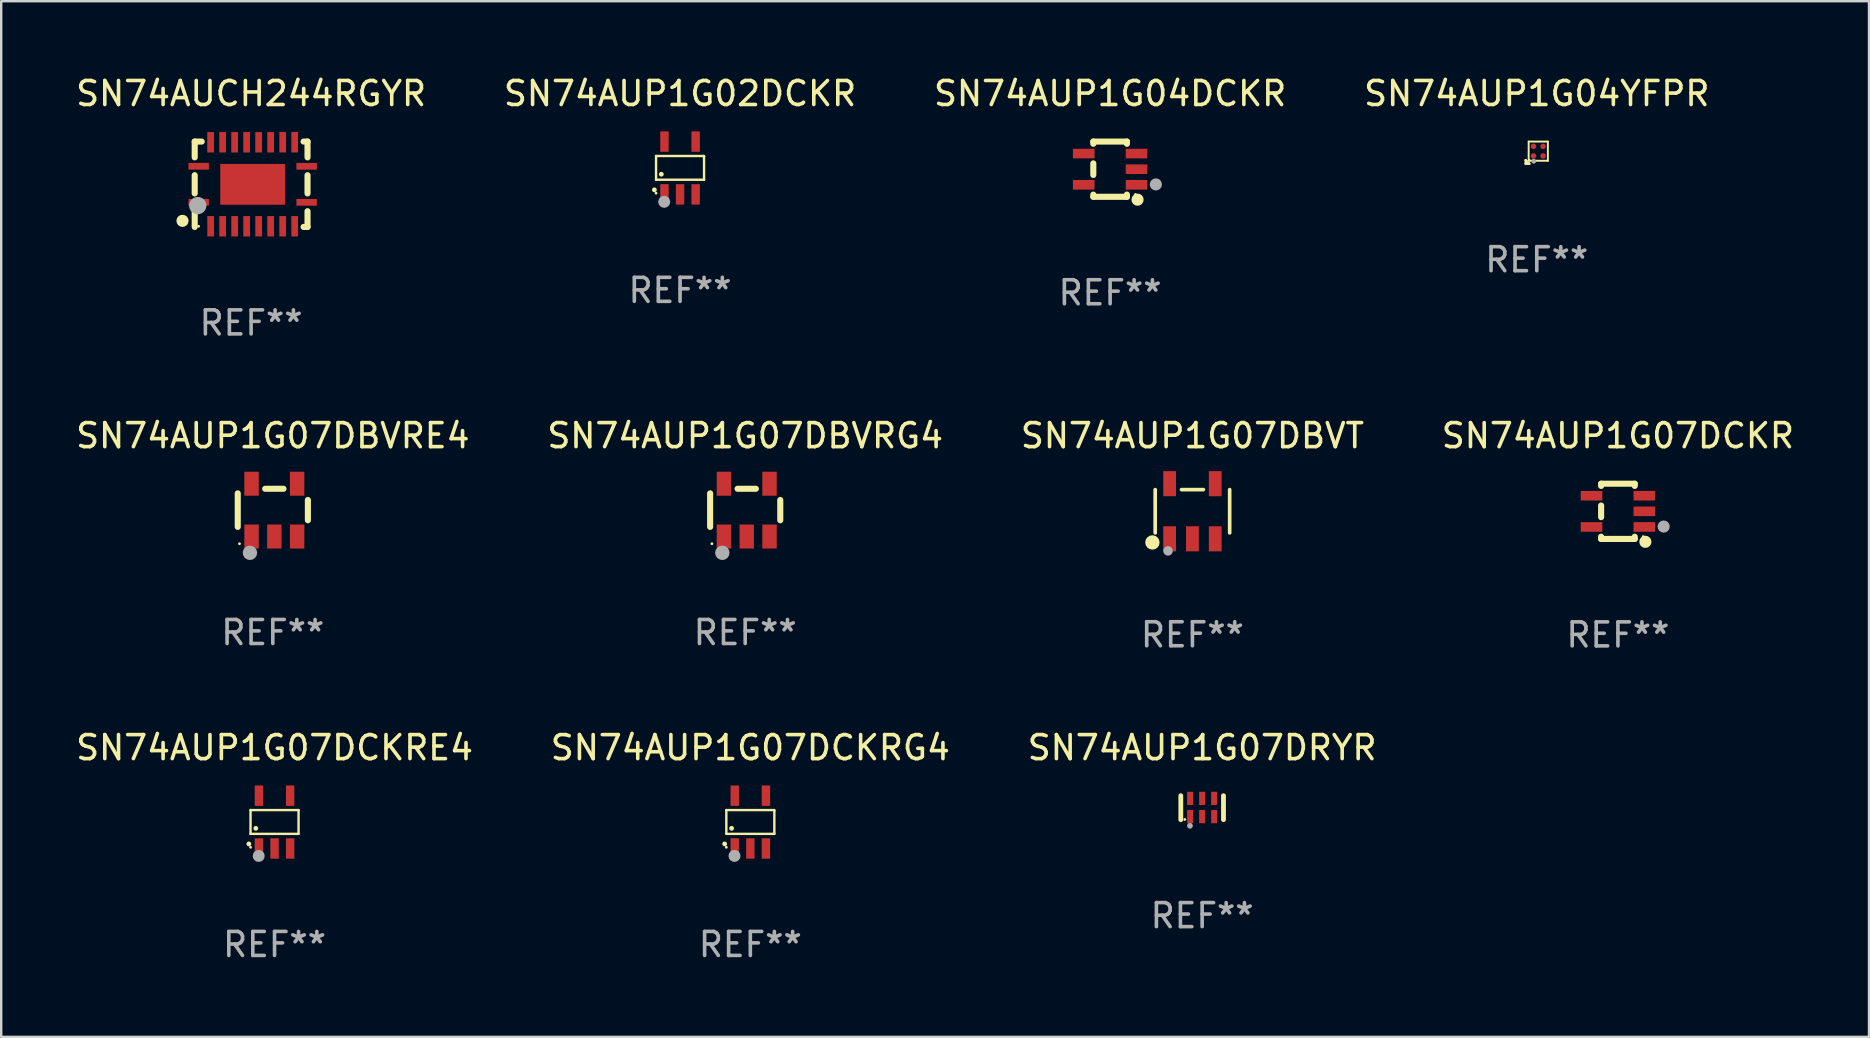
<source format=kicad_pcb>
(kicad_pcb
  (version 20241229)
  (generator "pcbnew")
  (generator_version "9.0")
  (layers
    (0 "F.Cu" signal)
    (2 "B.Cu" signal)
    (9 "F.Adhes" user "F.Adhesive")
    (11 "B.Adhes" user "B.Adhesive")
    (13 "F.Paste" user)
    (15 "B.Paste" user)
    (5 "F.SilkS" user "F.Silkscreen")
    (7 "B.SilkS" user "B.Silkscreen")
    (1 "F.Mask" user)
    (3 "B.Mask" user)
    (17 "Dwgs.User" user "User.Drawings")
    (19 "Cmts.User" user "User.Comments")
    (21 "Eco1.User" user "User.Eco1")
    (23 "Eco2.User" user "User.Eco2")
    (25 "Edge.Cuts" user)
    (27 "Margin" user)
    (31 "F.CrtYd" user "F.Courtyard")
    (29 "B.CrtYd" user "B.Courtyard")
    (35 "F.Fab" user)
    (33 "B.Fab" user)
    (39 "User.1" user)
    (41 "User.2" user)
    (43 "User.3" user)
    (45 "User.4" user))
  (footprint "SN74AUP1G07DBVRG4"
    (layer "F.Cu")
    (at 27.994 18.201)
    (property "Reference" "SN74AUP1G07DBVRG4" (at 0 -3.1 0) (layer "F.SilkS") (effects (font (size 1 1) (thickness 0.15))))
    (attr through_hole)
    (fp_line (start -1.461 -0.699) (end -1.461 0.699) (stroke (width 0.254) (type solid)) (layer "F.SilkS"))
    (fp_line (start -0.318 -0.889) (end 0.445 -0.889) (stroke (width 0.254) (type solid)) (layer "F.SilkS"))
    (fp_line (start 1.461 -0.422) (end 1.461 0.422) (stroke (width 0.254) (type solid)) (layer "F.SilkS"))
    (fp_circle (center -1.387 1.4) (end -1.357 1.4) (stroke (width 0.06) (type solid)) (fill no) (layer "F.SilkS"))
    (fp_circle (center -0.953 1.778) (end -0.802 1.778) (stroke (width 0.3) (type solid)) (fill no) (layer "F.Fab"))
    (fp_text user "REF**" (at 0 5.1 0) (layer "F.Fab") (effects (font (size 1 1) (thickness 0.15))))
    (pad "1" smd rect (at -0.886 1.1) (size 0.6 1) (layers "F.Cu" "F.Mask" "F.Paste"))
    (pad "2" smd rect (at 0.064 1.1) (size 0.6 1) (layers "F.Cu" "F.Mask" "F.Paste"))
    (pad "3" smd rect (at 1.013 1.1) (size 0.6 1) (layers "F.Cu" "F.Mask" "F.Paste"))
    (pad "4" smd rect (at 1.013 -1.1) (size 0.6 1) (layers "F.Cu" "F.Mask" "F.Paste"))
    (pad "5" smd rect (at -0.886 -1.1) (size 0.6 1) (layers "F.Cu" "F.Mask" "F.Paste")))
  (footprint "SN74AUP1G07DCKRE4"
    (layer "F.Cu")
    (at 8.387 31.197)
    (property "Reference" "SN74AUP1G07DCKRE4" (at 0 -3.1 0) (layer "F.SilkS") (effects (font (size 1 1) (thickness 0.15))))
    (attr through_hole)
    (fp_line (start -1 -0.5) (end -1 0.49) (stroke (width 0.1) (type solid)) (layer "F.SilkS"))
    (fp_line (start -1 0.49) (end 1 0.49) (stroke (width 0.1) (type solid)) (layer "F.SilkS"))
    (fp_line (start 0.99 -0.5) (end -1 -0.5) (stroke (width 0.1) (type solid)) (layer "F.SilkS"))
    (fp_line (start 1 -0.49) (end 0.99 -0.5) (stroke (width 0.1) (type solid)) (layer "F.SilkS"))
    (fp_line (start 1 0.49) (end 1 -0.49) (stroke (width 0.1) (type solid)) (layer "F.SilkS"))
    (fp_circle (center -1.07 0.91) (end -1.02 0.91) (stroke (width 0.1) (type solid)) (fill no) (layer "F.SilkS"))
    (fp_circle (center -1 1.05) (end -0.97 1.05) (stroke (width 0.06) (type solid)) (fill no) (layer "F.SilkS"))
    (fp_circle (center -0.78 0.26) (end -0.73 0.26) (stroke (width 0.1) (type solid)) (fill no) (layer "F.SilkS"))
    (fp_circle (center -0.66 1.41) (end -0.535 1.41) (stroke (width 0.25) (type solid)) (fill no) (layer "F.Fab"))
    (fp_text user "REF**" (at 0 5.1 0) (layer "F.Fab") (effects (font (size 1 1) (thickness 0.15))))
    (pad "1" smd rect (at -0.65 1.1) (size 0.35 0.85) (layers "F.Cu" "F.Mask" "F.Paste"))
    (pad "2" smd rect (at 0.000051 1.1) (size 0.35 0.85) (layers "F.Cu" "F.Mask" "F.Paste"))
    (pad "3" smd rect (at 0.65 1.1) (size 0.35 0.85) (layers "F.Cu" "F.Mask" "F.Paste"))
    (pad "4" smd rect (at 0.65 -1.1) (size 0.35 0.85) (layers "F.Cu" "F.Mask" "F.Paste"))
    (pad "5" smd rect (at -0.65 -1.1) (size 0.35 0.85) (layers "F.Cu" "F.Mask" "F.Paste")))
  (footprint "SN74AUP1G07DBVT"
    (layer "F.Cu")
    (at 46.625 18.248)
    (property "Reference" "SN74AUP1G07DBVT" (at 0 -3.148 0) (layer "F.SilkS") (effects (font (size 1 1) (thickness 0.15))))
    (attr through_hole)
    (fp_line (start -1.551 0.901) (end -1.551 -0.901) (stroke (width 0.152) (type solid)) (layer "F.SilkS"))
    (fp_line (start 0.455 -0.901) (end -0.455 -0.901) (stroke (width 0.152) (type solid)) (layer "F.SilkS"))
    (fp_line (start 1.551 0.901) (end 1.551 -0.901) (stroke (width 0.152) (type solid)) (layer "F.SilkS"))
    (fp_circle (center -1.668 1.3) (end -1.518 1.3) (stroke (width 0.3) (type solid)) (fill no) (layer "F.SilkS"))
    (fp_circle (center -1.45 1.4) (end -1.42 1.4) (stroke (width 0.06) (type solid)) (fill no) (layer "F.SilkS"))
    (fp_circle (center -1.016 1.651) (end -0.916 1.651) (stroke (width 0.2) (type solid)) (fill no) (layer "F.Fab"))
    (fp_text user "REF**" (at 0 5.148 0) (layer "F.Fab") (effects (font (size 1 1) (thickness 0.15))))
    (pad "1" smd rect (at -0.95 1.148) (size 0.532 1.045) (layers "F.Cu" "F.Mask" "F.Paste"))
    (pad "2" smd rect (at 0 1.148) (size 0.532 1.045) (layers "F.Cu" "F.Mask" "F.Paste"))
    (pad "3" smd rect (at 0.95 1.148) (size 0.532 1.045) (layers "F.Cu" "F.Mask" "F.Paste"))
    (pad "4" smd rect (at 0.95 -1.148) (size 0.532 1.045) (layers "F.Cu" "F.Mask" "F.Paste"))
    (pad "5" smd rect (at -0.95 -1.148) (size 0.532 1.045) (layers "F.Cu" "F.Mask" "F.Paste")))
  (footprint "SN74AUCH244RGYR"
    (layer "F.Cu")
    (at 7.411 4.626)
    (property "Reference" "SN74AUCH244RGYR" (at 0 -3.778 0) (layer "F.SilkS") (effects (font (size 1 1) (thickness 0.15))))
    (attr through_hole)
    (fp_line (start -2.35 -1.778) (end -2.35 -1.121) (stroke (width 0.254) (type solid)) (layer "F.SilkS"))
    (fp_line (start -2.35 -1.778) (end -2.058 -1.778) (stroke (width 0.254) (type solid)) (layer "F.SilkS"))
    (fp_line (start -2.35 -0.379) (end -2.35 0.381) (stroke (width 0.254) (type solid)) (layer "F.SilkS"))
    (fp_line (start -2.35 1.123) (end -2.35 1.778) (stroke (width 0.254) (type solid)) (layer "F.SilkS"))
    (fp_line (start 2.186 -1.778) (end 2.35 -1.778) (stroke (width 0.254) (type solid)) (layer "F.SilkS"))
    (fp_line (start 2.35 -1.778) (end 2.35 -1.119) (stroke (width 0.254) (type solid)) (layer "F.SilkS"))
    (fp_line (start 2.35 -0.377) (end 2.35 0.381) (stroke (width 0.254) (type solid)) (layer "F.SilkS"))
    (fp_line (start 2.35 1.123) (end 2.35 1.778) (stroke (width 0.254) (type solid)) (layer "F.SilkS"))
    (fp_line (start 2.35 1.778) (end 2.186 1.778) (stroke (width 0.254) (type solid)) (layer "F.SilkS"))
    (fp_circle (center -2.858 1.524) (end -2.731 1.524) (stroke (width 0.254) (type solid)) (fill no) (layer "F.SilkS"))
    (fp_circle (center -2.187 1.75) (end -2.157 1.75) (stroke (width 0.06) (type solid)) (fill no) (layer "F.SilkS"))
    (fp_circle (center -2.223 0.889) (end -2.043 0.889) (stroke (width 0.36) (type solid)) (fill no) (layer "F.Fab"))
    (fp_text user "REF**" (at 0 5.778 0) (layer "F.Fab") (effects (font (size 1 1) (thickness 0.15))))
    (pad "1" smd rect (at -2.186 0.752) (size 0.85 0.28) (layers "F.Cu" "F.Mask" "F.Paste"))
    (pad "2" smd rect (at -1.685 1.75) (size 0.28 0.85) (layers "F.Cu" "F.Mask" "F.Paste"))
    (pad "3" smd rect (at -1.185 1.75) (size 0.28 0.85) (layers "F.Cu" "F.Mask" "F.Paste"))
    (pad "4" smd rect (at -0.685 1.75) (size 0.28 0.85) (layers "F.Cu" "F.Mask" "F.Paste"))
    (pad "5" smd rect (at -0.185 1.75) (size 0.28 0.85) (layers "F.Cu" "F.Mask" "F.Paste"))
    (pad "6" smd rect (at 0.315 1.75) (size 0.28 0.85) (layers "F.Cu" "F.Mask" "F.Paste"))
    (pad "7" smd rect (at 0.815 1.75) (size 0.28 0.85) (layers "F.Cu" "F.Mask" "F.Paste"))
    (pad "8" smd rect (at 1.315 1.75) (size 0.28 0.85) (layers "F.Cu" "F.Mask" "F.Paste"))
    (pad "9" smd rect (at 1.815 1.75) (size 0.28 0.85) (layers "F.Cu" "F.Mask" "F.Paste"))
    (pad "10" smd rect (at 2.313 0.752) (size 0.85 0.28) (layers "F.Cu" "F.Mask" "F.Paste"))
    (pad "11" smd rect (at 2.313 -0.748) (size 0.85 0.28) (layers "F.Cu" "F.Mask" "F.Paste"))
    (pad "12" smd rect (at 1.815 -1.75) (size 0.28 0.85) (layers "F.Cu" "F.Mask" "F.Paste"))
    (pad "13" smd rect (at 1.315 -1.75) (size 0.28 0.85) (layers "F.Cu" "F.Mask" "F.Paste"))
    (pad "14" smd rect (at 0.814 -1.748) (size 0.28 0.85) (layers "F.Cu" "F.Mask" "F.Paste"))
    (pad "15" smd rect (at 0.313 -1.748) (size 0.28 0.85) (layers "F.Cu" "F.Mask" "F.Paste"))
    (pad "16" smd rect (at -0.186 -1.748) (size 0.28 0.85) (layers "F.Cu" "F.Mask" "F.Paste"))
    (pad "17" smd rect (at -0.687 -1.748) (size 0.28 0.85) (layers "F.Cu" "F.Mask" "F.Paste"))
    (pad "18" smd rect (at -1.186 -1.748) (size 0.28 0.85) (layers "F.Cu" "F.Mask" "F.Paste"))
    (pad "19" smd rect (at -1.687 -1.748) (size 0.28 0.85) (layers "F.Cu" "F.Mask" "F.Paste"))
    (pad "20" smd rect (at -2.186 -0.75) (size 0.85 0.28) (layers "F.Cu" "F.Mask" "F.Paste"))
    (pad "21" smd rect (at 0.064 0.002 90) (size 1.7 2.7) (layers "F.Cu" "F.Mask" "F.Paste")))
  (footprint "SN74AUP1G04DCKR"
    (layer "F.Cu")
    (at 43.196 3.998)
    (property "Reference" "SN74AUP1G04DCKR" (at 0 -3.15 0) (layer "F.SilkS") (effects (font (size 1 1) (thickness 0.15))))
    (attr through_hole)
    (fp_line (start -0.7 -1.15) (end 0.7 -1.15) (stroke (width 0.254) (type solid)) (layer "F.SilkS"))
    (fp_line (start -0.7 -1.058) (end -0.7 -1.15) (stroke (width 0.254) (type solid)) (layer "F.SilkS"))
    (fp_line (start -0.7 0.242) (end -0.7 -0.242) (stroke (width 0.254) (type solid)) (layer "F.SilkS"))
    (fp_line (start -0.7 1.15) (end -0.7 1.058) (stroke (width 0.254) (type solid)) (layer "F.SilkS"))
    (fp_line (start -0.7 1.15) (end 0.7 1.15) (stroke (width 0.254) (type solid)) (layer "F.SilkS"))
    (fp_line (start 0.7 -1.058) (end 0.7 -1.15) (stroke (width 0.254) (type solid)) (layer "F.SilkS"))
    (fp_line (start 0.7 1.15) (end 0.7 1.058) (stroke (width 0.254) (type solid)) (layer "F.SilkS"))
    (fp_circle (center 1.053 1.052) (end 1.083 1.052) (stroke (width 0.06) (type solid)) (fill no) (layer "F.SilkS"))
    (fp_circle (center 1.143 1.27) (end 1.27 1.27) (stroke (width 0.254) (type solid)) (fill no) (layer "F.SilkS"))
    (fp_circle (center 1.905 0.635) (end 2.032 0.635) (stroke (width 0.254) (type solid)) (fill no) (layer "F.Fab"))
    (fp_text user "REF**" (at 0 5.15 0) (layer "F.Fab") (effects (font (size 1 1) (thickness 0.15))))
    (pad "1" smd rect (at 1.1 0.65 90) (size 0.4 0.9) (layers "F.Cu" "F.Mask" "F.Paste"))
    (pad "2" smd rect (at 1.1 0.000076 90) (size 0.4 0.9) (layers "F.Cu" "F.Mask" "F.Paste"))
    (pad "3" smd rect (at 1.1 -0.65 90) (size 0.4 0.9) (layers "F.Cu" "F.Mask" "F.Paste"))
    (pad "4" smd rect (at -1.1 -0.65 90) (size 0.4 0.9) (layers "F.Cu" "F.Mask" "F.Paste"))
    (pad "5" smd rect (at -1.1 0.65 90) (size 0.4 0.9) (layers "F.Cu" "F.Mask" "F.Paste")))
  (footprint "SN74AUP1G04YFPR"
    (layer "F.Cu")
    (at 60.97 3.31)
    (property "Reference" "SN74AUP1G04YFPR" (at 0 -2.462 0) (layer "F.SilkS") (effects (font (size 1 1) (thickness 0.15))))
    (attr through_hole)
    (fp_line (start -0.462 0.312) (end -0.462 0.462) (stroke (width 0.102) (type solid)) (layer "F.SilkS"))
    (fp_line (start -0.462 0.462) (end -0.312 0.462) (stroke (width 0.102) (type solid)) (layer "F.SilkS"))
    (fp_line (start -0.338 -0.462) (end 0.462 -0.462) (stroke (width 0.08) (type solid)) (layer "F.SilkS"))
    (fp_line (start -0.338 0.338) (end -0.338 -0.462) (stroke (width 0.08) (type solid)) (layer "F.SilkS"))
    (fp_line (start -0.312 0.462) (end -0.462 0.312) (stroke (width 0.102) (type solid)) (layer "F.SilkS"))
    (fp_line (start 0.462 -0.462) (end 0.462 0.338) (stroke (width 0.08) (type solid)) (layer "F.SilkS"))
    (fp_line (start 0.462 0.338) (end -0.338 0.338) (stroke (width 0.08) (type solid)) (layer "F.SilkS"))
    (fp_circle (center -0.312 0.312) (end -0.287 0.312) (stroke (width 0.05) (type solid)) (fill no) (layer "F.SilkS"))
    (fp_circle (center -0.127 0.357) (end -0.077 0.357) (stroke (width 0.1) (type solid)) (fill no) (layer "F.Fab"))
    (fp_text user "REF**" (at 0 4.462 0) (layer "F.Fab") (effects (font (size 1 1) (thickness 0.15))))
    (pad "A1" smd circle (at -0.137 0.137) (size 0.23 0.23) (layers "F.Cu" "F.Mask" "F.Paste"))
    (pad "A2" smd circle (at -0.137 -0.263) (size 0.23 0.23) (layers "F.Cu" "F.Mask" "F.Paste"))
    (pad "B1" smd circle (at 0.263 0.137) (size 0.23 0.23) (layers "F.Cu" "F.Mask" "F.Paste"))
    (pad "B2" smd circle (at 0.263 -0.263) (size 0.23 0.23) (layers "F.Cu" "F.Mask" "F.Paste")))
  (footprint "SN74AUP1G07DCKRG4"
    (layer "F.Cu")
    (at 28.208 31.197)
    (property "Reference" "SN74AUP1G07DCKRG4" (at 0 -3.1 0) (layer "F.SilkS") (effects (font (size 1 1) (thickness 0.15))))
    (attr through_hole)
    (fp_line (start -1 -0.5) (end -1 0.49) (stroke (width 0.1) (type solid)) (layer "F.SilkS"))
    (fp_line (start -1 0.49) (end 1 0.49) (stroke (width 0.1) (type solid)) (layer "F.SilkS"))
    (fp_line (start 0.99 -0.5) (end -1 -0.5) (stroke (width 0.1) (type solid)) (layer "F.SilkS"))
    (fp_line (start 1 -0.49) (end 0.99 -0.5) (stroke (width 0.1) (type solid)) (layer "F.SilkS"))
    (fp_line (start 1 0.49) (end 1 -0.49) (stroke (width 0.1) (type solid)) (layer "F.SilkS"))
    (fp_circle (center -1.07 0.91) (end -1.02 0.91) (stroke (width 0.1) (type solid)) (fill no) (layer "F.SilkS"))
    (fp_circle (center -1 1.05) (end -0.97 1.05) (stroke (width 0.06) (type solid)) (fill no) (layer "F.SilkS"))
    (fp_circle (center -0.78 0.26) (end -0.73 0.26) (stroke (width 0.1) (type solid)) (fill no) (layer "F.SilkS"))
    (fp_circle (center -0.66 1.41) (end -0.535 1.41) (stroke (width 0.25) (type solid)) (fill no) (layer "F.Fab"))
    (fp_text user "REF**" (at 0 5.1 0) (layer "F.Fab") (effects (font (size 1 1) (thickness 0.15))))
    (pad "1" smd rect (at -0.65 1.1) (size 0.35 0.85) (layers "F.Cu" "F.Mask" "F.Paste"))
    (pad "2" smd rect (at 0.000051 1.1) (size 0.35 0.85) (layers "F.Cu" "F.Mask" "F.Paste"))
    (pad "3" smd rect (at 0.65 1.1) (size 0.35 0.85) (layers "F.Cu" "F.Mask" "F.Paste"))
    (pad "4" smd rect (at 0.65 -1.1) (size 0.35 0.85) (layers "F.Cu" "F.Mask" "F.Paste"))
    (pad "5" smd rect (at -0.65 -1.1) (size 0.35 0.85) (layers "F.Cu" "F.Mask" "F.Paste")))
  (footprint "SN74AUP1G07DBVRE4"
    (layer "F.Cu")
    (at 8.315 18.201)
    (property "Reference" "SN74AUP1G07DBVRE4" (at 0 -3.1 0) (layer "F.SilkS") (effects (font (size 1 1) (thickness 0.15))))
    (attr through_hole)
    (fp_line (start -1.461 -0.699) (end -1.461 0.699) (stroke (width 0.254) (type solid)) (layer "F.SilkS"))
    (fp_line (start -0.318 -0.889) (end 0.445 -0.889) (stroke (width 0.254) (type solid)) (layer "F.SilkS"))
    (fp_line (start 1.461 -0.422) (end 1.461 0.422) (stroke (width 0.254) (type solid)) (layer "F.SilkS"))
    (fp_circle (center -1.387 1.4) (end -1.357 1.4) (stroke (width 0.06) (type solid)) (fill no) (layer "F.SilkS"))
    (fp_circle (center -0.953 1.778) (end -0.802 1.778) (stroke (width 0.3) (type solid)) (fill no) (layer "F.Fab"))
    (fp_text user "REF**" (at 0 5.1 0) (layer "F.Fab") (effects (font (size 1 1) (thickness 0.15))))
    (pad "1" smd rect (at -0.886 1.1) (size 0.6 1) (layers "F.Cu" "F.Mask" "F.Paste"))
    (pad "2" smd rect (at 0.064 1.1) (size 0.6 1) (layers "F.Cu" "F.Mask" "F.Paste"))
    (pad "3" smd rect (at 1.013 1.1) (size 0.6 1) (layers "F.Cu" "F.Mask" "F.Paste"))
    (pad "4" smd rect (at 1.013 -1.1) (size 0.6 1) (layers "F.Cu" "F.Mask" "F.Paste"))
    (pad "5" smd rect (at -0.886 -1.1) (size 0.6 1) (layers "F.Cu" "F.Mask" "F.Paste")))
  (footprint "SN74AUP1G07DRYR"
    (layer "F.Cu")
    (at 47.03 30.597)
    (property "Reference" "SN74AUP1G07DRYR" (at 0 -2.5 0) (layer "F.SilkS") (effects (font (size 1 1) (thickness 0.15))))
    (attr through_hole)
    (fp_line (start -0.889 0.5) (end -0.889 -0.5) (stroke (width 0.2) (type solid)) (layer "F.SilkS"))
    (fp_line (start 0.889 0.5) (end 0.889 -0.5) (stroke (width 0.2) (type solid)) (layer "F.SilkS"))
    (fp_circle (center -0.725 0.492) (end -0.695 0.492) (stroke (width 0.06) (type solid)) (fill no) (layer "F.SilkS"))
    (fp_circle (center -0.508 0.754) (end -0.448 0.754) (stroke (width 0.12) (type solid)) (fill no) (layer "F.Fab"))
    (fp_text user "REF**" (at 0 4.5 0) (layer "F.Fab") (effects (font (size 1 1) (thickness 0.15))))
    (pad "1" smd rect (at -0.5 0.372) (size 0.25 0.55) (layers "F.Cu" "F.Mask" "F.Paste"))
    (pad "2" smd rect (at -0.000127 0.372) (size 0.25 0.55) (layers "F.Cu" "F.Mask" "F.Paste"))
    (pad "3" smd rect (at 0.5 0.372) (size 0.25 0.55) (layers "F.Cu" "F.Mask" "F.Paste"))
    (pad "4" smd rect (at 0.5 -0.388 180) (size 0.25 0.55) (layers "F.Cu" "F.Mask" "F.Paste"))
    (pad "5" smd rect (at -0.000127 -0.388 180) (size 0.25 0.55) (layers "F.Cu" "F.Mask" "F.Paste"))
    (pad "6" smd rect (at -0.5 -0.388 180) (size 0.25 0.55) (layers "F.Cu" "F.Mask" "F.Paste")))
  (footprint "SN74AUP1G07DCKR"
    (layer "F.Cu")
    (at 64.351 18.251)
    (property "Reference" "SN74AUP1G07DCKR" (at 0 -3.15 0) (layer "F.SilkS") (effects (font (size 1 1) (thickness 0.15))))
    (attr through_hole)
    (fp_line (start -0.7 -1.15) (end 0.7 -1.15) (stroke (width 0.254) (type solid)) (layer "F.SilkS"))
    (fp_line (start -0.7 -1.058) (end -0.7 -1.15) (stroke (width 0.254) (type solid)) (layer "F.SilkS"))
    (fp_line (start -0.7 0.242) (end -0.7 -0.242) (stroke (width 0.254) (type solid)) (layer "F.SilkS"))
    (fp_line (start -0.7 1.15) (end -0.7 1.058) (stroke (width 0.254) (type solid)) (layer "F.SilkS"))
    (fp_line (start -0.7 1.15) (end 0.7 1.15) (stroke (width 0.254) (type solid)) (layer "F.SilkS"))
    (fp_line (start 0.7 -1.058) (end 0.7 -1.15) (stroke (width 0.254) (type solid)) (layer "F.SilkS"))
    (fp_line (start 0.7 1.15) (end 0.7 1.058) (stroke (width 0.254) (type solid)) (layer "F.SilkS"))
    (fp_circle (center 1.053 1.052) (end 1.083 1.052) (stroke (width 0.06) (type solid)) (fill no) (layer "F.SilkS"))
    (fp_circle (center 1.143 1.27) (end 1.27 1.27) (stroke (width 0.254) (type solid)) (fill no) (layer "F.SilkS"))
    (fp_circle (center 1.905 0.635) (end 2.032 0.635) (stroke (width 0.254) (type solid)) (fill no) (layer "F.Fab"))
    (fp_text user "REF**" (at 0 5.15 0) (layer "F.Fab") (effects (font (size 1 1) (thickness 0.15))))
    (pad "1" smd rect (at 1.1 0.65 90) (size 0.4 0.9) (layers "F.Cu" "F.Mask" "F.Paste"))
    (pad "2" smd rect (at 1.1 0.000076 90) (size 0.4 0.9) (layers "F.Cu" "F.Mask" "F.Paste"))
    (pad "3" smd rect (at 1.1 -0.65 90) (size 0.4 0.9) (layers "F.Cu" "F.Mask" "F.Paste"))
    (pad "4" smd rect (at -1.1 -0.65 90) (size 0.4 0.9) (layers "F.Cu" "F.Mask" "F.Paste"))
    (pad "5" smd rect (at -1.1 0.65 90) (size 0.4 0.9) (layers "F.Cu" "F.Mask" "F.Paste")))
  (footprint "SN74AUP1G02DCKR"
    (layer "F.Cu")
    (at 25.28 3.948)
    (property "Reference" "SN74AUP1G02DCKR" (at 0 -3.1 0) (layer "F.SilkS") (effects (font (size 1 1) (thickness 0.15))))
    (attr through_hole)
    (fp_line (start -1 -0.5) (end -1 0.49) (stroke (width 0.1) (type solid)) (layer "F.SilkS"))
    (fp_line (start -1 0.49) (end 1 0.49) (stroke (width 0.1) (type solid)) (layer "F.SilkS"))
    (fp_line (start 0.99 -0.5) (end -1 -0.5) (stroke (width 0.1) (type solid)) (layer "F.SilkS"))
    (fp_line (start 1 -0.49) (end 0.99 -0.5) (stroke (width 0.1) (type solid)) (layer "F.SilkS"))
    (fp_line (start 1 0.49) (end 1 -0.49) (stroke (width 0.1) (type solid)) (layer "F.SilkS"))
    (fp_circle (center -1.07 0.91) (end -1.02 0.91) (stroke (width 0.1) (type solid)) (fill no) (layer "F.SilkS"))
    (fp_circle (center -1 1.05) (end -0.97 1.05) (stroke (width 0.06) (type solid)) (fill no) (layer "F.SilkS"))
    (fp_circle (center -0.78 0.26) (end -0.73 0.26) (stroke (width 0.1) (type solid)) (fill no) (layer "F.SilkS"))
    (fp_circle (center -0.66 1.41) (end -0.535 1.41) (stroke (width 0.25) (type solid)) (fill no) (layer "F.Fab"))
    (fp_text user "REF**" (at 0 5.1 0) (layer "F.Fab") (effects (font (size 1 1) (thickness 0.15))))
    (pad "1" smd rect (at -0.65 1.1) (size 0.35 0.85) (layers "F.Cu" "F.Mask" "F.Paste"))
    (pad "2" smd rect (at 0.000051 1.1) (size 0.35 0.85) (layers "F.Cu" "F.Mask" "F.Paste"))
    (pad "3" smd rect (at 0.65 1.1) (size 0.35 0.85) (layers "F.Cu" "F.Mask" "F.Paste"))
    (pad "4" smd rect (at 0.65 -1.1) (size 0.35 0.85) (layers "F.Cu" "F.Mask" "F.Paste"))
    (pad "5" smd rect (at -0.65 -1.1) (size 0.35 0.85) (layers "F.Cu" "F.Mask" "F.Paste")))
  (gr_rect
    (start -3 -3)
    (end 74.81 40.145)
    (stroke (width 0.1) (type default))
    (fill no)
    (layer "Edge.Cuts")))
</source>
